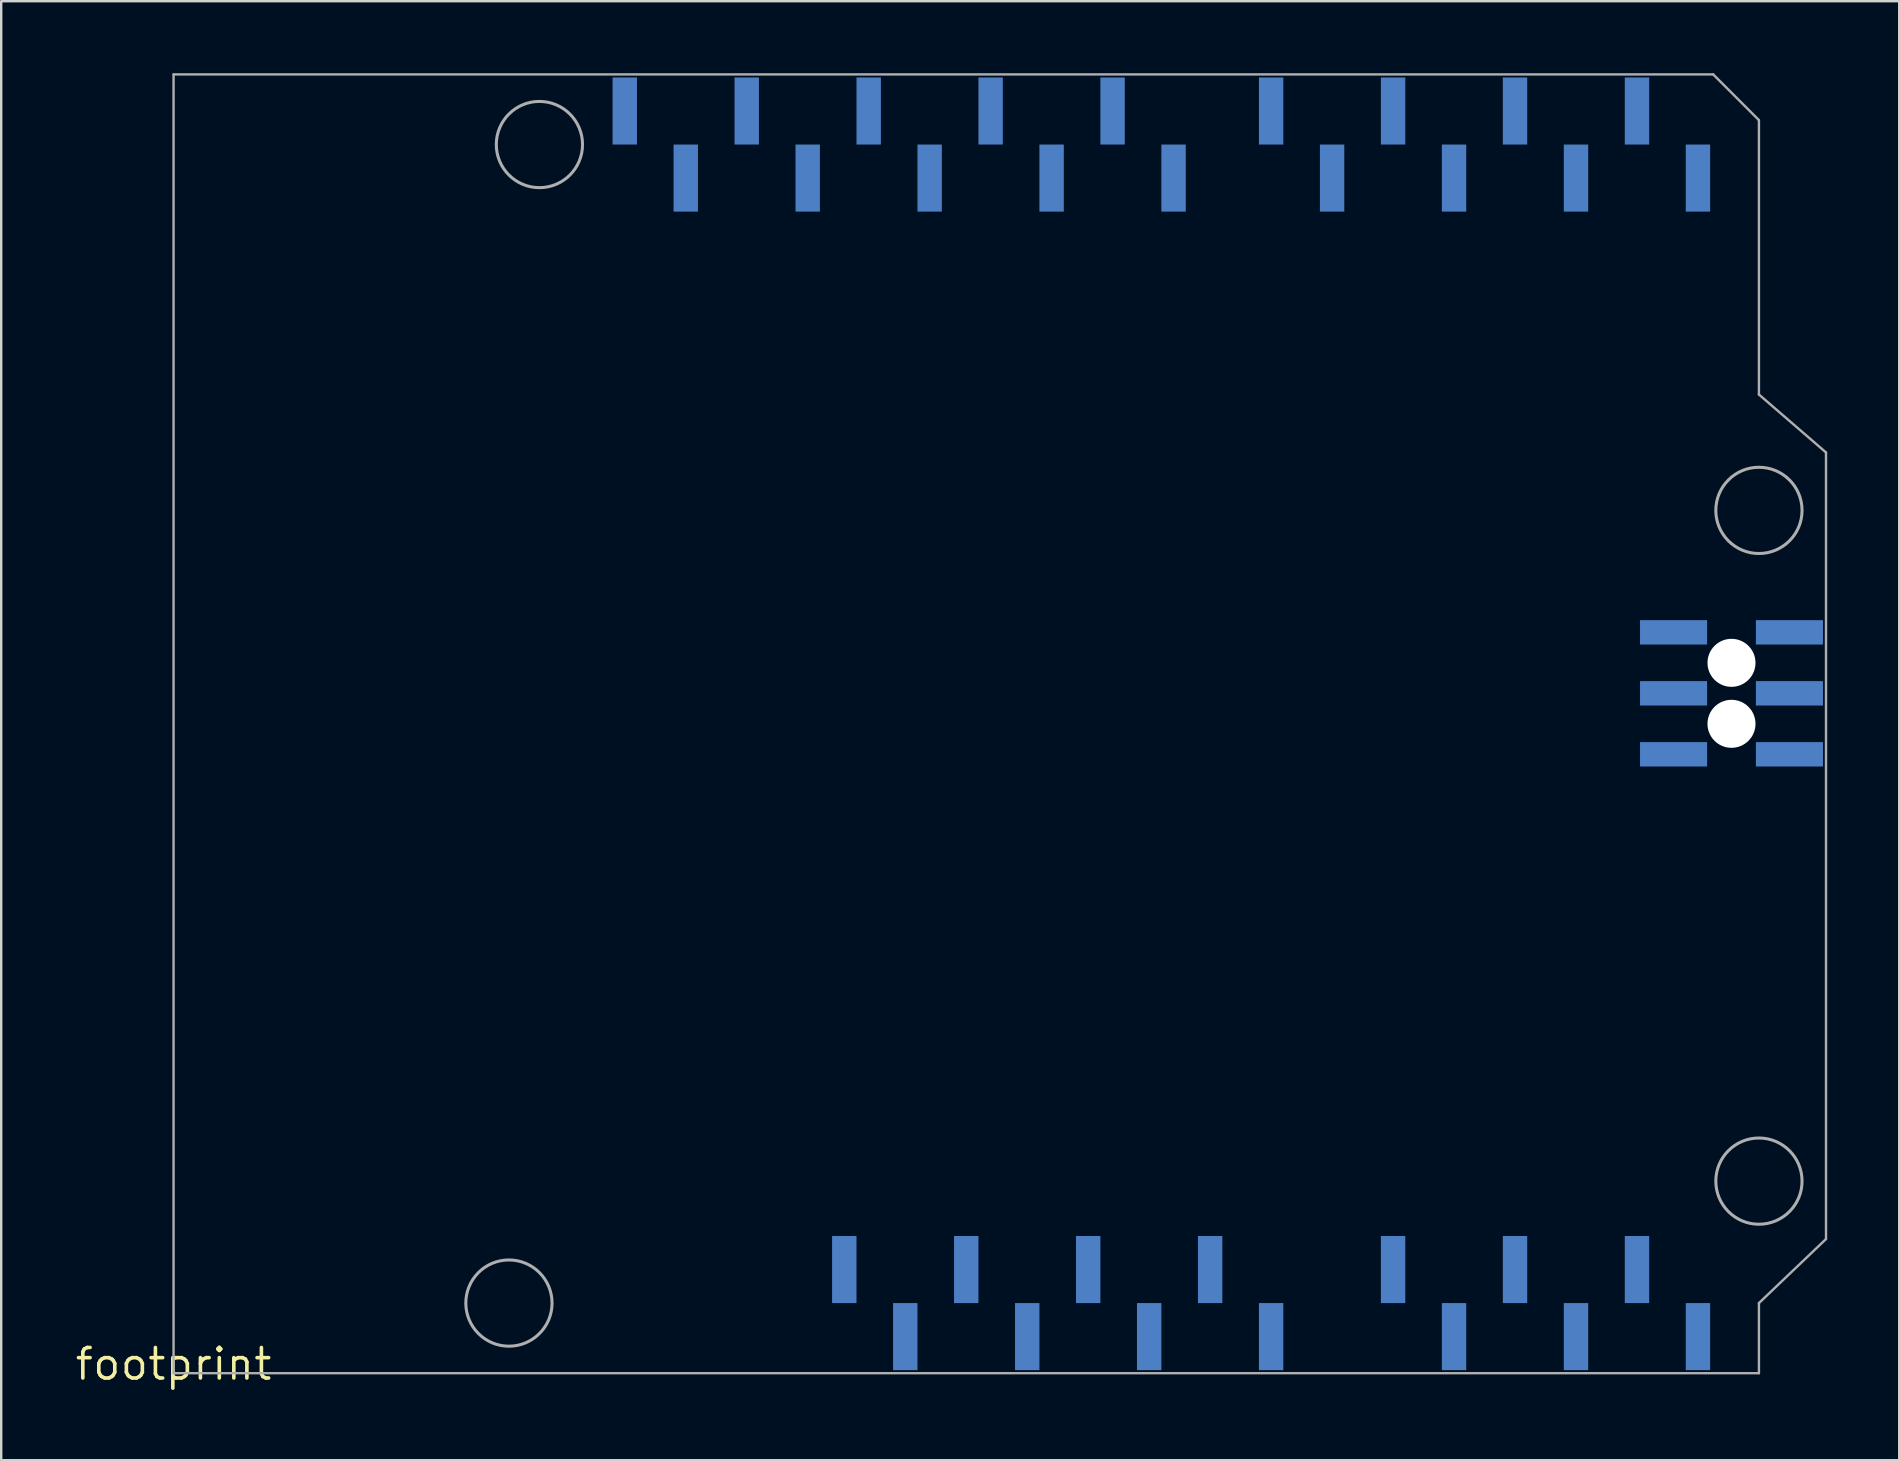
<source format=kicad_pcb>
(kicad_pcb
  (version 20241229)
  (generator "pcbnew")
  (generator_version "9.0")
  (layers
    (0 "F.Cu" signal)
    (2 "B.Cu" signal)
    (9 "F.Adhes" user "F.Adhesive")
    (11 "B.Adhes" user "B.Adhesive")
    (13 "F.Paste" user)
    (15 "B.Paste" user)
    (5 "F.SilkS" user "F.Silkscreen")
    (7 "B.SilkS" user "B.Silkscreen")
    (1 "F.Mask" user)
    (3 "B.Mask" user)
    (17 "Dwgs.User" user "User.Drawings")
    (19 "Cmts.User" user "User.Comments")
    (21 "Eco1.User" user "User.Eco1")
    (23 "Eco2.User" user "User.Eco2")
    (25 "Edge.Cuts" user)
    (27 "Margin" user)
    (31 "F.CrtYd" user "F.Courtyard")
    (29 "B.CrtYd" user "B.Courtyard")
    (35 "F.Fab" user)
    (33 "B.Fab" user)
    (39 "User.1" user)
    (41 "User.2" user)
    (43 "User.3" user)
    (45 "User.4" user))
  (footprint "footprint"
    (layer "F.Cu")
    (at 4.18 53.771)
    (property "Reference" "footprint" (at 0 0 0) (layer "F.SilkS") (effects (font (size 1.27 1.27) (thickness 0.15))))
    (fp_line (start 0 -53.721) (end 0 0.381) (stroke (width 0.1) (type solid)) (layer "F.Fab"))
    (fp_line (start 0 0.381) (end 66.04 0.381) (stroke (width 0.1) (type solid)) (layer "F.Fab"))
    (fp_line (start 64.135 -53.721) (end 0 -53.721) (stroke (width 0.1) (type solid)) (layer "F.Fab"))
    (fp_line (start 66.04 -51.816) (end 64.135 -53.721) (stroke (width 0.1) (type solid)) (layer "F.Fab"))
    (fp_line (start 66.04 -40.386) (end 66.04 -51.816) (stroke (width 0.1) (type solid)) (layer "F.Fab"))
    (fp_line (start 66.04 -2.54) (end 68.834 -5.207) (stroke (width 0.1) (type solid)) (layer "F.Fab"))
    (fp_line (start 66.04 0.381) (end 66.04 -2.54) (stroke (width 0.1) (type solid)) (layer "F.Fab"))
    (fp_line (start 68.834 -37.973) (end 66.04 -40.386) (stroke (width 0.1) (type solid)) (layer "F.Fab"))
    (fp_line (start 68.834 -5.207) (end 68.834 -37.973) (stroke (width 0.1) (type solid)) (layer "F.Fab"))
    (fp_circle (center 13.97 -2.54) (end 15.766 -2.54) (stroke (width 0.127) (type solid)) (fill no) (layer "F.Fab"))
    (fp_circle (center 15.24 -50.8) (end 17.036 -50.8) (stroke (width 0.127) (type solid)) (fill no) (layer "F.Fab"))
    (fp_circle (center 66.04 -35.56) (end 67.836 -35.56) (stroke (width 0.127) (type solid)) (fill no) (layer "F.Fab"))
    (fp_circle (center 66.04 -7.62) (end 67.836 -7.62) (stroke (width 0.127) (type solid)) (fill no) (layer "F.Fab"))
    (pad "" np_thru_hole circle (at 64.897 -29.21) (size 2 2) (drill 2) (layers "*.Cu" "*.Mask"))
    (pad "" np_thru_hole circle (at 64.897 -26.67) (size 2 2) (drill 2) (layers "*.Cu" "*.Mask"))
    (pad "3V" smd rect (at 35.56 -1.143 90) (size 2.794 1.016) (layers "B.Cu" "B.Mask" "B.Paste"))
    (pad "5V" smd rect (at 38.1 -3.937 90) (size 2.794 1.016) (layers "B.Cu" "B.Mask" "B.Paste"))
    (pad "5V_ICSP" smd rect (at 67.31 -30.48 180) (size 2.794 1.016) (layers "B.Cu" "B.Mask" "B.Paste"))
    (pad "A0" smd rect (at 50.8 -3.937 90) (size 2.794 1.016) (layers "B.Cu" "B.Mask" "B.Paste"))
    (pad "A1" smd rect (at 53.34 -1.143 90) (size 2.794 1.016) (layers "B.Cu" "B.Mask" "B.Paste"))
    (pad "A2" smd rect (at 55.88 -3.937 90) (size 2.794 1.016) (layers "B.Cu" "B.Mask" "B.Paste"))
    (pad "A3" smd rect (at 58.42 -1.143 90) (size 2.794 1.016) (layers "B.Cu" "B.Mask" "B.Paste"))
    (pad "A4" smd rect (at 60.96 -3.937 90) (size 2.794 1.016) (layers "B.Cu" "B.Mask" "B.Paste"))
    (pad "A5" smd rect (at 63.5 -1.143 90) (size 2.794 1.016) (layers "B.Cu" "B.Mask" "B.Paste"))
    (pad "AREF" smd rect (at 23.876 -52.197 90) (size 2.794 1.016) (layers "B.Cu" "B.Mask" "B.Paste"))
    (pad "D0" smd rect (at 63.5 -49.403 270) (size 2.794 1.016) (layers "B.Cu" "B.Mask" "B.Paste"))
    (pad "D1" smd rect (at 60.96 -52.197 270) (size 2.794 1.016) (layers "B.Cu" "B.Mask" "B.Paste"))
    (pad "D2" smd rect (at 58.42 -49.403 270) (size 2.794 1.016) (layers "B.Cu" "B.Mask" "B.Paste"))
    (pad "D3" smd rect (at 55.88 -52.197 270) (size 2.794 1.016) (layers "B.Cu" "B.Mask" "B.Paste"))
    (pad "D4" smd rect (at 53.34 -49.403 270) (size 2.794 1.016) (layers "B.Cu" "B.Mask" "B.Paste"))
    (pad "D5" smd rect (at 50.8 -52.197 270) (size 2.794 1.016) (layers "B.Cu" "B.Mask" "B.Paste"))
    (pad "D6" smd rect (at 48.26 -49.403 270) (size 2.794 1.016) (layers "B.Cu" "B.Mask" "B.Paste"))
    (pad "D7" smd rect (at 45.72 -52.197 270) (size 2.794 1.016) (layers "B.Cu" "B.Mask" "B.Paste"))
    (pad "D8" smd rect (at 41.656 -49.403 90) (size 2.794 1.016) (layers "B.Cu" "B.Mask" "B.Paste"))
    (pad "D9" smd rect (at 39.116 -52.197 90) (size 2.794 1.016) (layers "B.Cu" "B.Mask" "B.Paste"))
    (pad "D10" smd rect (at 36.576 -49.403 90) (size 2.794 1.016) (layers "B.Cu" "B.Mask" "B.Paste"))
    (pad "D11" smd rect (at 34.036 -52.197 90) (size 2.794 1.016) (layers "B.Cu" "B.Mask" "B.Paste"))
    (pad "D12" smd rect (at 31.496 -49.403 90) (size 2.794 1.016) (layers "B.Cu" "B.Mask" "B.Paste"))
    (pad "D13" smd rect (at 28.956 -52.197 90) (size 2.794 1.016) (layers "B.Cu" "B.Mask" "B.Paste"))
    (pad "GND" smd rect (at 26.416 -49.403 90) (size 2.794 1.016) (layers "B.Cu" "B.Mask" "B.Paste"))
    (pad "GND@1" smd rect (at 43.18 -3.937 90) (size 2.794 1.016) (layers "B.Cu" "B.Mask" "B.Paste"))
    (pad "GND@2" smd rect (at 40.64 -1.143 90) (size 2.794 1.016) (layers "B.Cu" "B.Mask" "B.Paste"))
    (pad "GND@3" smd rect (at 67.31 -25.4 180) (size 2.794 1.016) (layers "B.Cu" "B.Mask" "B.Paste"))
    (pad "IOREF" smd rect (at 30.48 -1.143 90) (size 2.794 1.016) (layers "B.Cu" "B.Mask" "B.Paste"))
    (pad "MISO" smd rect (at 62.484 -30.48 180) (size 2.794 1.016) (layers "B.Cu" "B.Mask" "B.Paste"))
    (pad "MOSI" smd rect (at 67.31 -27.94 180) (size 2.794 1.016) (layers "B.Cu" "B.Mask" "B.Paste"))
    (pad "RESERVED" smd rect (at 27.94 -3.937 90) (size 2.794 1.016) (layers "B.Cu" "B.Mask" "B.Paste"))
    (pad "RESET" smd rect (at 33.02 -3.937 90) (size 2.794 1.016) (layers "B.Cu" "B.Mask" "B.Paste"))
    (pad "RESET_ICSP" smd rect (at 62.484 -25.4 180) (size 2.794 1.016) (layers "B.Cu" "B.Mask" "B.Paste"))
    (pad "SCK" smd rect (at 62.484 -27.94 180) (size 2.794 1.016) (layers "B.Cu" "B.Mask" "B.Paste"))
    (pad "SCL" smd rect (at 18.796 -52.197 90) (size 2.794 1.016) (layers "B.Cu" "B.Mask" "B.Paste"))
    (pad "SDA" smd rect (at 21.336 -49.403 90) (size 2.794 1.016) (layers "B.Cu" "B.Mask" "B.Paste"))
    (pad "VIN" smd rect (at 45.72 -1.143 90) (size 2.794 1.016) (layers "B.Cu" "B.Mask" "B.Paste")))
  (gr_rect
    (start -3 -3)
    (end 76.064 57.777)
    (stroke (width 0.1) (type default))
    (fill no)
    (layer "Edge.Cuts")))
</source>
